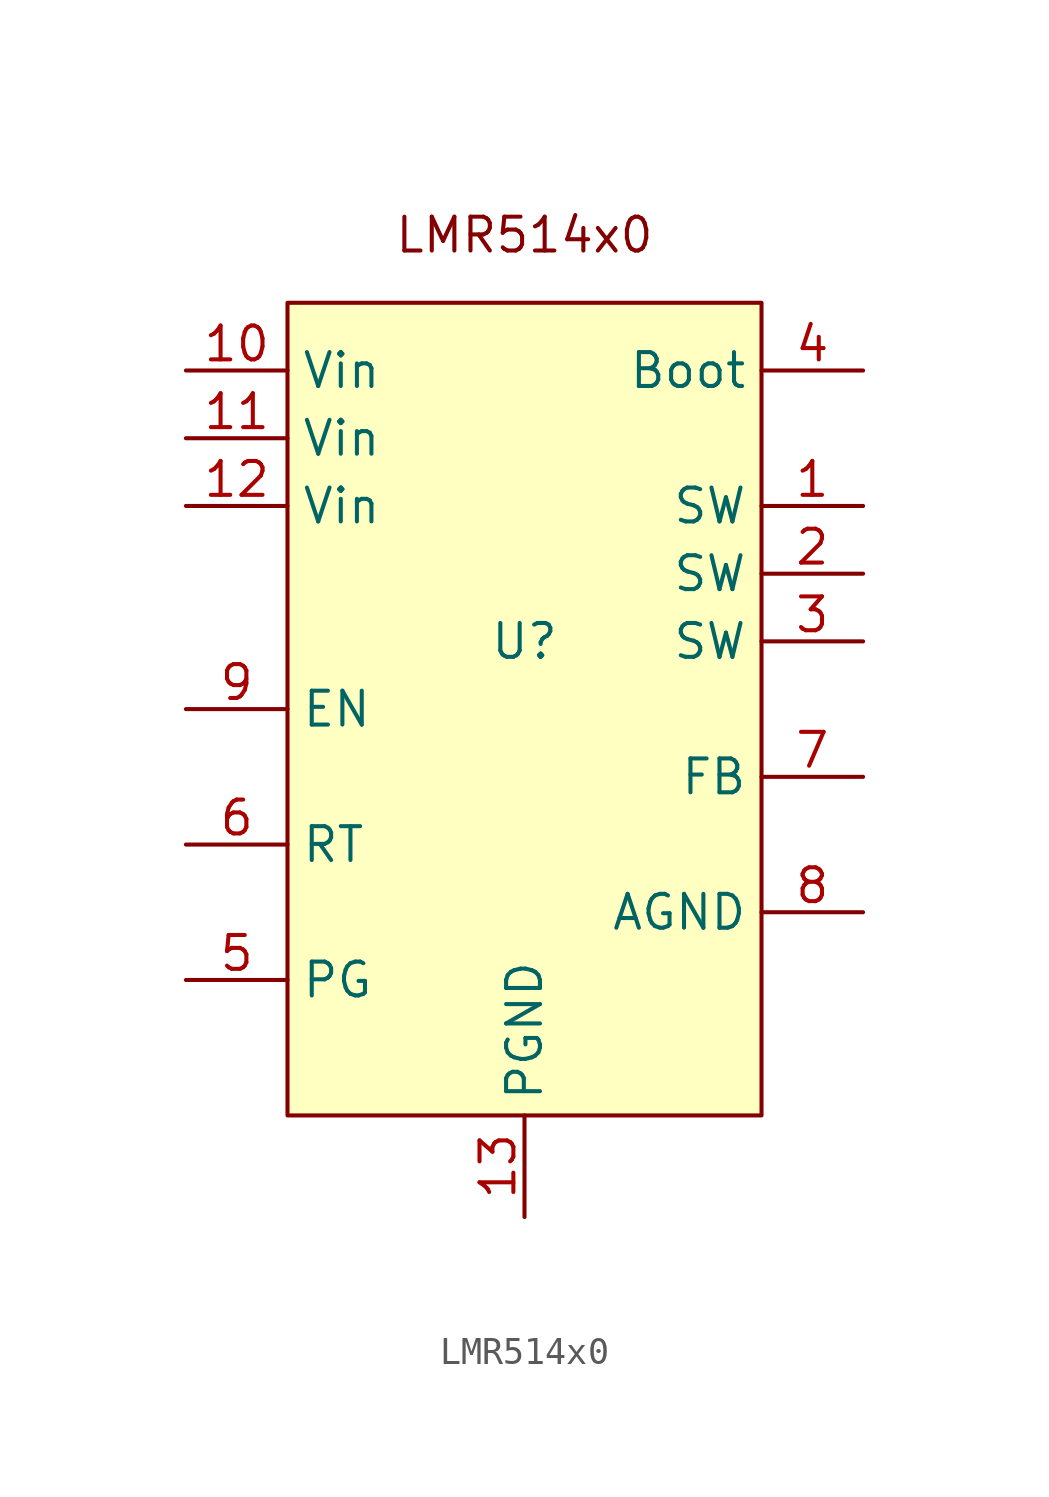
<source format=kicad_sym>
(kicad_symbol_lib
  (version 20220914)
  (generator kicad_symbol_editor)
  (symbol "LMR514x0"
    (property "Reference" "U"
      (at 6.35 -8.89 0)
      (effects (font (size 1.27 1.27))))
    (property "Value" ""
      (at 0 0 0)
      (effects (font (size 1.27 1.27))))
    (symbol "LMR514x0_1_1"
      (rectangle (start -2.54 3.81) (end 15.24 -26.67) (stroke (width 0) (type default)) (fill (type background)))
      (text "LMR514x0" (at 6.35 6.35 0) (effects (font (size 1.27 1.27))))
      (pin bidirectional line (at 19.05 -3.81 180) (length 3.81) (name "SW" (effects (font (size 1.27 1.27)))) (number "1" (effects (font (size 1.27 1.27)))))
      (pin power_in line (at -6.35 1.27 0) (length 3.81) (name "Vin" (effects (font (size 1.27 1.27)))) (number "10" (effects (font (size 1.27 1.27)))))
      (pin power_in line (at -6.35 -1.27 0) (length 3.81) (name "Vin" (effects (font (size 1.27 1.27)))) (number "11" (effects (font (size 1.27 1.27)))))
      (pin power_in line (at -6.35 -3.81 0) (length 3.81) (name "Vin" (effects (font (size 1.27 1.27)))) (number "12" (effects (font (size 1.27 1.27)))))
      (pin bidirectional line (at 6.35 -30.48 90) (length 3.81) (name "PGND" (effects (font (size 1.27 1.27)))) (number "13" (effects (font (size 1.27 1.27)))))
      (pin bidirectional line (at 19.05 -6.35 180) (length 3.81) (name "SW" (effects (font (size 1.27 1.27)))) (number "2" (effects (font (size 1.27 1.27)))))
      (pin bidirectional line (at 19.05 -8.89 180) (length 3.81) (name "SW" (effects (font (size 1.27 1.27)))) (number "3" (effects (font (size 1.27 1.27)))))
      (pin bidirectional line (at 19.05 1.27 180) (length 3.81) (name "Boot" (effects (font (size 1.27 1.27)))) (number "4" (effects (font (size 1.27 1.27)))))
      (pin bidirectional line (at -6.35 -21.59 0) (length 3.81) (name "PG" (effects (font (size 1.27 1.27)))) (number "5" (effects (font (size 1.27 1.27)))))
      (pin bidirectional line (at -6.35 -16.51 0) (length 3.81) (name "RT" (effects (font (size 1.27 1.27)))) (number "6" (effects (font (size 1.27 1.27)))))
      (pin bidirectional line (at 19.05 -13.97 180) (length 3.81) (name "FB" (effects (font (size 1.27 1.27)))) (number "7" (effects (font (size 1.27 1.27)))))
      (pin bidirectional line (at 19.05 -19.05 180) (length 3.81) (name "AGND" (effects (font (size 1.27 1.27)))) (number "8" (effects (font (size 1.27 1.27)))))
      (pin power_in line (at -6.35 -11.43 0) (length 3.81) (name "EN" (effects (font (size 1.27 1.27)))) (number "9" (effects (font (size 1.27 1.27))))))))
</source>
